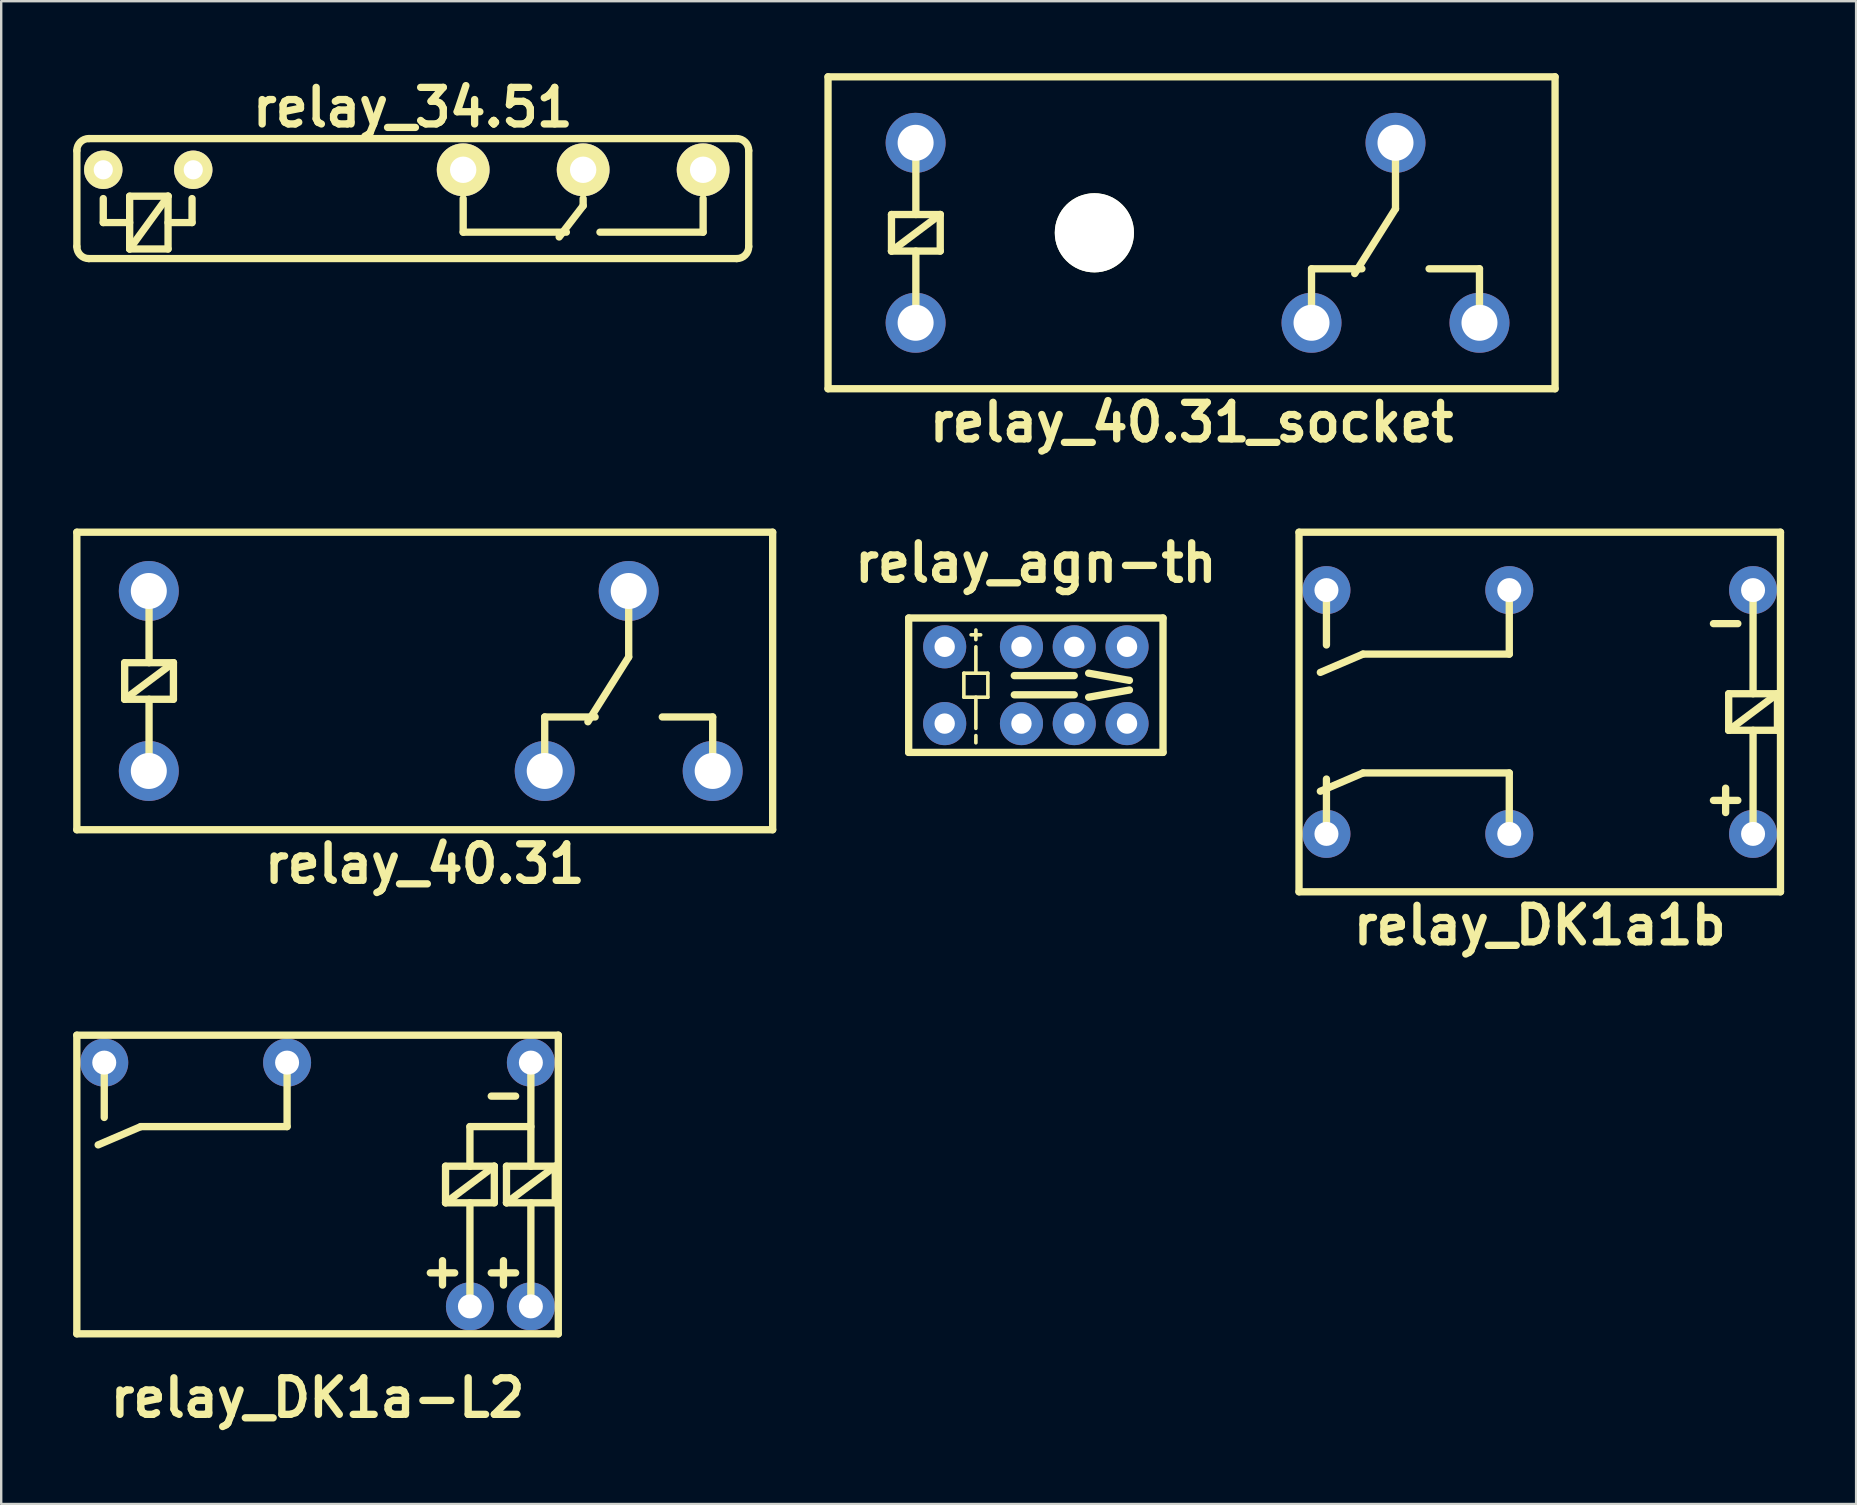
<source format=kicad_pcb>
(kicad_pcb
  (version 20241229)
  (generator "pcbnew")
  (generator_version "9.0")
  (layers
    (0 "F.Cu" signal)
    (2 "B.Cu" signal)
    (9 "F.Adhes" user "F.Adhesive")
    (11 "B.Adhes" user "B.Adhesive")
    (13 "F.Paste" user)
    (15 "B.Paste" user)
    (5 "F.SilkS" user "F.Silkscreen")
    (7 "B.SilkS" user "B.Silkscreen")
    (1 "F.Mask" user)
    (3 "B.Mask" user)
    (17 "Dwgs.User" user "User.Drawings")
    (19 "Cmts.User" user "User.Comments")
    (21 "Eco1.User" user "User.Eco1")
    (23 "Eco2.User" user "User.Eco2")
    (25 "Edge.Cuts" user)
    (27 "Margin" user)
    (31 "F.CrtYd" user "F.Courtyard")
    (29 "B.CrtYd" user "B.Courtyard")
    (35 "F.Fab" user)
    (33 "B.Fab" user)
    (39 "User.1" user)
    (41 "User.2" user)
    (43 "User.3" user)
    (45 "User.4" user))
  (footprint "relay_agn-th"
    (layer "F.Cu")
    (at 39.521 25.507)
    (property "Reference" "relay_agn-th" (at 0.6 -5.101 0) (layer "F.SilkS") (effects (font (size 1.524 1.524) (thickness 0.305))))
    (attr through_hole)
    (fp_line (start -4.702 -2.8) (end 5.9 -2.8) (stroke (width 0.305) (type solid)) (layer "F.SilkS"))
    (fp_line (start -4.7 2.8) (end -4.7 -2.8) (stroke (width 0.305) (type solid)) (layer "F.SilkS"))
    (fp_line (start -2.4 -0.5) (end -1.4 -0.5) (stroke (width 0.15) (type solid)) (layer "F.SilkS"))
    (fp_line (start -2.4 0.5) (end -2.4 -0.5) (stroke (width 0.15) (type solid)) (layer "F.SilkS"))
    (fp_line (start -2.1 -2.1) (end -1.7 -2.1) (stroke (width 0.15) (type solid)) (layer "F.SilkS"))
    (fp_line (start -1.9 -1.9) (end -1.9 -2.3) (stroke (width 0.15) (type solid)) (layer "F.SilkS"))
    (fp_line (start -1.9 -0.5) (end -1.9 -1.6) (stroke (width 0.15) (type solid)) (layer "F.SilkS"))
    (fp_line (start -1.9 0.5) (end -1.9 1.8) (stroke (width 0.15) (type solid)) (layer "F.SilkS"))
    (fp_line (start -1.9 2.1) (end -1.9 2.4) (stroke (width 0.15) (type solid)) (layer "F.SilkS"))
    (fp_line (start -1.4 -0.5) (end -1.4 0.5) (stroke (width 0.15) (type solid)) (layer "F.SilkS"))
    (fp_line (start -1.4 0.5) (end -2.4 0.5) (stroke (width 0.15) (type solid)) (layer "F.SilkS"))
    (fp_line (start -0.299 0.4) (end 2.2 0.4) (stroke (width 0.305) (type solid)) (layer "F.SilkS"))
    (fp_line (start 2.2 -0.4) (end -0.299 -0.4) (stroke (width 0.305) (type solid)) (layer "F.SilkS"))
    (fp_line (start 2.8 -0.5) (end 4.5 -0.2) (stroke (width 0.305) (type solid)) (layer "F.SilkS"))
    (fp_line (start 2.8 0.5) (end 4.5 0.201) (stroke (width 0.305) (type solid)) (layer "F.SilkS"))
    (fp_line (start 5.9 -2.8) (end 5.9 2.8) (stroke (width 0.305) (type solid)) (layer "F.SilkS"))
    (fp_line (start 5.901 2.8) (end -4.701 2.8) (stroke (width 0.305) (type solid)) (layer "F.SilkS"))
    (pad "1" thru_hole circle (at -3.2 -1.6) (size 1.796 1.796) (drill 0.848) (layers "*.Cu" "*.Mask"))
    (pad "2" thru_hole circle (at 0 -1.6) (size 1.796 1.796) (drill 0.848) (layers "*.Cu" "*.Mask"))
    (pad "3" thru_hole circle (at 2.2 -1.6) (size 1.796 1.796) (drill 0.848) (layers "*.Cu" "*.Mask"))
    (pad "4" thru_hole circle (at 4.4 -1.6) (size 1.796 1.796) (drill 0.848) (layers "*.Cu" "*.Mask"))
    (pad "5" thru_hole circle (at 4.4 1.6) (size 1.796 1.796) (drill 0.848) (layers "*.Cu" "*.Mask"))
    (pad "6" thru_hole circle (at 2.2 1.6) (size 1.796 1.796) (drill 0.848) (layers "*.Cu" "*.Mask"))
    (pad "7" thru_hole circle (at 0 1.6) (size 1.796 1.796) (drill 0.848) (layers "*.Cu" "*.Mask"))
    (pad "8" thru_hole circle (at -3.2 1.6) (size 1.798 1.798) (drill 0.848) (layers "*.Cu" "*.Mask")))
  (footprint "relay_34.51"
    (layer "F.Cu")
    (at 14.154 5.226)
    (property "Reference" "relay_34.51" (at 0 -3.8 0) (layer "F.SilkS") (effects (font (size 1.524 1.524) (thickness 0.305))))
    (attr through_hole)
    (fp_line (start -14 -2) (end -14 2) (stroke (width 0.305) (type solid)) (layer "F.SilkS"))
    (fp_line (start -13.5 -2.5) (end 13.5 -2.5) (stroke (width 0.305) (type solid)) (layer "F.SilkS"))
    (fp_line (start -13.5 2.5) (end 13.5 2.5) (stroke (width 0.305) (type solid)) (layer "F.SilkS"))
    (fp_line (start -12.9 0) (end -12.9 1) (stroke (width 0.305) (type solid)) (layer "F.SilkS"))
    (fp_line (start -11.8 -0.1) (end -11.8 2.1) (stroke (width 0.305) (type solid)) (layer "F.SilkS"))
    (fp_line (start -11.8 1) (end -12.9 1) (stroke (width 0.305) (type solid)) (layer "F.SilkS"))
    (fp_line (start -11.8 2.1) (end -10.2 -0.1) (stroke (width 0.305) (type solid)) (layer "F.SilkS"))
    (fp_line (start -11.8 2.1) (end -10.2 2.1) (stroke (width 0.305) (type solid)) (layer "F.SilkS"))
    (fp_line (start -10.2 -0.1) (end -11.8 -0.1) (stroke (width 0.305) (type solid)) (layer "F.SilkS"))
    (fp_line (start -10.2 1) (end -9.2 1) (stroke (width 0.305) (type solid)) (layer "F.SilkS"))
    (fp_line (start -10.2 2.1) (end -10.2 -0.1) (stroke (width 0.305) (type solid)) (layer "F.SilkS"))
    (fp_line (start -9.2 0) (end -9.2 1) (stroke (width 0.305) (type solid)) (layer "F.SilkS"))
    (fp_line (start 2.1 0) (end 2.1 1.4) (stroke (width 0.305) (type solid)) (layer "F.SilkS"))
    (fp_line (start 2.1 1.4) (end 6.4 1.4) (stroke (width 0.305) (type solid)) (layer "F.SilkS"))
    (fp_line (start 7.1 0) (end 7.1 0.3) (stroke (width 0.305) (type solid)) (layer "F.SilkS"))
    (fp_line (start 7.1 0.3) (end 6.1 1.6) (stroke (width 0.305) (type solid)) (layer "F.SilkS"))
    (fp_line (start 7.8 1.4) (end 12.1 1.4) (stroke (width 0.305) (type solid)) (layer "F.SilkS"))
    (fp_line (start 12.1 0) (end 12.1 1.4) (stroke (width 0.305) (type solid)) (layer "F.SilkS"))
    (fp_line (start 14 -2) (end 14 2) (stroke (width 0.305) (type solid)) (layer "F.SilkS"))
    (fp_arc (start -14.0011 -2.00088) (mid -13.854542 -2.354702) (end -13.50072 -2.50126) (stroke (width 0.3048) (type solid)) (layer "F.SilkS"))
    (fp_arc (start -13.50088 2.5011) (mid -13.854702 2.354542) (end -14.00126 2.00072) (stroke (width 0.3048) (type solid)) (layer "F.SilkS"))
    (fp_arc (start 13.50072 -2.50126) (mid 13.854542 -2.354702) (end 14.0011 -2.00088) (stroke (width 0.3048) (type solid)) (layer "F.SilkS"))
    (fp_arc (start 14.0011 2.00088) (mid 13.854542 2.354702) (end 13.50072 2.50126) (stroke (width 0.3048) (type solid)) (layer "F.SilkS"))
    (pad "1" thru_hole circle (at -12.9 -1.2) (size 1.6 1.6) (drill 0.8) (layers "*.Cu" "*.Mask" "F.SilkS"))
    (pad "2" thru_hole circle (at -9.15 -1.2) (size 1.6 1.6) (drill 0.8) (layers "*.Cu" "*.Mask" "F.SilkS"))
    (pad "11" thru_hole circle (at 7.1 -1.2) (size 2.2 2.2) (drill 1.1) (layers "*.Cu" "*.Mask" "F.SilkS"))
    (pad "12" thru_hole circle (at 2.1 -1.2) (size 2.2 2.2) (drill 1.1) (layers "*.Cu" "*.Mask" "F.SilkS"))
    (pad "14" thru_hole circle (at 12.1 -1.2) (size 2.2 2.2) (drill 1.1) (layers "*.Cu" "*.Mask" "F.SilkS")))
  (footprint "relay_DK1a1b"
    (layer "F.Cu")
    (at 61.122 26.624)
    (property "Reference" "relay_DK1a1b" (at 0 8.89 0) (layer "F.SilkS") (effects (font (size 1.524 1.524) (thickness 0.305))))
    (attr through_hole)
    (fp_line (start -10.033 -7.493) (end -10.033 7.493) (stroke (width 0.305) (type solid)) (layer "F.SilkS"))
    (fp_line (start -10.033 7.493) (end 10.033 7.493) (stroke (width 0.305) (type solid)) (layer "F.SilkS"))
    (fp_line (start -8.89 -5.08) (end -8.89 -2.794) (stroke (width 0.305) (type solid)) (layer "F.SilkS"))
    (fp_line (start -8.89 2.794) (end -8.89 5.08) (stroke (width 0.305) (type solid)) (layer "F.SilkS"))
    (fp_line (start -7.366 -2.413) (end -9.144 -1.651) (stroke (width 0.305) (type solid)) (layer "F.SilkS"))
    (fp_line (start -7.366 2.54) (end -9.144 3.302) (stroke (width 0.305) (type solid)) (layer "F.SilkS"))
    (fp_line (start -1.27 -4.953) (end -1.27 -2.413) (stroke (width 0.305) (type solid)) (layer "F.SilkS"))
    (fp_line (start -1.27 -2.413) (end -7.366 -2.413) (stroke (width 0.305) (type solid)) (layer "F.SilkS"))
    (fp_line (start -1.27 2.54) (end -7.366 2.54) (stroke (width 0.305) (type solid)) (layer "F.SilkS"))
    (fp_line (start -1.27 2.54) (end -1.27 5.08) (stroke (width 0.305) (type solid)) (layer "F.SilkS"))
    (fp_line (start 7.239 -3.683) (end 8.255 -3.683) (stroke (width 0.305) (type solid)) (layer "F.SilkS"))
    (fp_line (start 7.239 3.683) (end 8.255 3.683) (stroke (width 0.305) (type solid)) (layer "F.SilkS"))
    (fp_line (start 7.747 3.175) (end 7.747 4.191) (stroke (width 0.305) (type solid)) (layer "F.SilkS"))
    (fp_line (start 7.874 -0.762) (end 9.906 -0.762) (stroke (width 0.305) (type solid)) (layer "F.SilkS"))
    (fp_line (start 7.874 0.762) (end 7.874 -0.762) (stroke (width 0.305) (type solid)) (layer "F.SilkS"))
    (fp_line (start 8.89 -0.762) (end 8.89 -5.08) (stroke (width 0.305) (type solid)) (layer "F.SilkS"))
    (fp_line (start 8.89 5.08) (end 8.89 0.762) (stroke (width 0.305) (type solid)) (layer "F.SilkS"))
    (fp_line (start 9.906 -0.762) (end 7.874 0.762) (stroke (width 0.305) (type solid)) (layer "F.SilkS"))
    (fp_line (start 9.906 -0.762) (end 9.906 0.762) (stroke (width 0.305) (type solid)) (layer "F.SilkS"))
    (fp_line (start 9.906 0.762) (end 7.874 0.762) (stroke (width 0.305) (type solid)) (layer "F.SilkS"))
    (fp_line (start 10.033 -7.493) (end -10.033 -7.493) (stroke (width 0.305) (type solid)) (layer "F.SilkS"))
    (fp_line (start 10.033 7.493) (end 10.033 -7.493) (stroke (width 0.305) (type solid)) (layer "F.SilkS"))
    (pad "1" thru_hole circle (at 8.89 -5.08 180) (size 2 2) (drill 1) (layers "*.Cu" "*.Mask"))
    (pad "3" thru_hole circle (at -1.27 -5.08 180) (size 2 2) (drill 1) (layers "*.Cu" "*.Mask"))
    (pad "4" thru_hole circle (at -8.89 -5.08 180) (size 2 2) (drill 1) (layers "*.Cu" "*.Mask"))
    (pad "5" thru_hole circle (at -8.89 5.08 180) (size 2 2) (drill 1) (layers "*.Cu" "*.Mask"))
    (pad "6" thru_hole circle (at -1.27 5.08 180) (size 2 2) (drill 1) (layers "*.Cu" "*.Mask"))
    (pad "8" thru_hole circle (at 8.89 5.08 180) (size 2 2) (drill 1) (layers "*.Cu" "*.Mask")))
  (footprint "relay_40.31"
    (layer "F.Cu")
    (at 14.652 25.331)
    (property "Reference" "relay_40.31" (at 0 7.62 0) (layer "F.SilkS") (effects (font (size 1.524 1.524) (thickness 0.305))))
    (attr through_hole)
    (fp_line (start -14.5 -6.2) (end -14.5 6.2) (stroke (width 0.305) (type solid)) (layer "F.SilkS"))
    (fp_line (start -14.5 -6.2) (end 14.5 -6.2) (stroke (width 0.305) (type solid)) (layer "F.SilkS"))
    (fp_line (start -14.5 6.2) (end 14.5 6.2) (stroke (width 0.305) (type solid)) (layer "F.SilkS"))
    (fp_line (start -12.506 -0.762) (end -10.474 -0.762) (stroke (width 0.305) (type solid)) (layer "F.SilkS"))
    (fp_line (start -12.506 0.762) (end -12.506 -0.762) (stroke (width 0.305) (type solid)) (layer "F.SilkS"))
    (fp_line (start -12.506 0.762) (end -10.474 -0.762) (stroke (width 0.305) (type solid)) (layer "F.SilkS"))
    (fp_line (start -11.49 -3.81) (end -11.49 -0.762) (stroke (width 0.305) (type solid)) (layer "F.SilkS"))
    (fp_line (start -11.49 3.81) (end -11.49 0.762) (stroke (width 0.305) (type solid)) (layer "F.SilkS"))
    (fp_line (start -10.474 -0.762) (end -10.474 0.762) (stroke (width 0.305) (type solid)) (layer "F.SilkS"))
    (fp_line (start -10.474 0.762) (end -12.506 0.762) (stroke (width 0.305) (type solid)) (layer "F.SilkS"))
    (fp_line (start 5 1.5) (end 7.1 1.5) (stroke (width 0.305) (type solid)) (layer "F.SilkS"))
    (fp_line (start 5 3.7) (end 5 1.5) (stroke (width 0.305) (type solid)) (layer "F.SilkS"))
    (fp_line (start 8.5 -1) (end 6.8 1.7) (stroke (width 0.305) (type solid)) (layer "F.SilkS"))
    (fp_line (start 8.5 -1) (end 8.5 -3.8) (stroke (width 0.305) (type solid)) (layer "F.SilkS"))
    (fp_line (start 12 1.5) (end 9.9 1.5) (stroke (width 0.305) (type solid)) (layer "F.SilkS"))
    (fp_line (start 12 3.7) (end 12 1.5) (stroke (width 0.305) (type solid)) (layer "F.SilkS"))
    (fp_line (start 14.5 -6.2) (end 14.5 6.2) (stroke (width 0.305) (type solid)) (layer "F.SilkS"))
    (pad "1" thru_hole circle (at -11.5 3.75) (size 2.5 2.5) (drill 1.5) (layers "*.Cu" "*.Mask"))
    (pad "2" thru_hole circle (at -11.5 -3.75) (size 2.5 2.5) (drill 1.5) (layers "*.Cu" "*.Mask"))
    (pad "11" thru_hole circle (at 8.5 -3.75) (size 2.5 2.5) (drill 1.5) (layers "*.Cu" "*.Mask"))
    (pad "12" thru_hole circle (at 5 3.75) (size 2.5 2.5) (drill 1.5) (layers "*.Cu" "*.Mask"))
    (pad "14" thru_hole circle (at 12 3.75) (size 2.5 2.5) (drill 1.5) (layers "*.Cu" "*.Mask")))
  (footprint "relay_DK1a-L2"
    (layer "F.Cu")
    (at 10.185 46.316)
    (property "Reference" "relay_DK1a-L2" (at 0 8.89 0) (layer "F.SilkS") (effects (font (size 1.524 1.524) (thickness 0.305))))
    (attr through_hole)
    (fp_line (start -10.033 6.223) (end -10.033 -6.223) (stroke (width 0.305) (type solid)) (layer "F.SilkS"))
    (fp_line (start -10.033 6.223) (end 10.033 6.223) (stroke (width 0.305) (type solid)) (layer "F.SilkS"))
    (fp_line (start -8.89 -5.08) (end -8.89 -2.794) (stroke (width 0.305) (type solid)) (layer "F.SilkS"))
    (fp_line (start -7.366 -2.413) (end -9.144 -1.651) (stroke (width 0.305) (type solid)) (layer "F.SilkS"))
    (fp_line (start -1.27 -4.953) (end -1.27 -2.413) (stroke (width 0.305) (type solid)) (layer "F.SilkS"))
    (fp_line (start -1.27 -2.413) (end -7.366 -2.413) (stroke (width 0.305) (type solid)) (layer "F.SilkS"))
    (fp_line (start 4.699 3.683) (end 5.715 3.683) (stroke (width 0.305) (type solid)) (layer "F.SilkS"))
    (fp_line (start 5.207 3.175) (end 5.207 4.191) (stroke (width 0.305) (type solid)) (layer "F.SilkS"))
    (fp_line (start 5.334 -0.762) (end 7.366 -0.762) (stroke (width 0.305) (type solid)) (layer "F.SilkS"))
    (fp_line (start 5.334 0.762) (end 5.334 -0.762) (stroke (width 0.305) (type solid)) (layer "F.SilkS"))
    (fp_line (start 6.35 -2.413) (end 8.89 -2.413) (stroke (width 0.305) (type solid)) (layer "F.SilkS"))
    (fp_line (start 6.35 -0.762) (end 6.35 -2.413) (stroke (width 0.305) (type solid)) (layer "F.SilkS"))
    (fp_line (start 6.35 5.08) (end 6.35 0.762) (stroke (width 0.305) (type solid)) (layer "F.SilkS"))
    (fp_line (start 7.239 -3.683) (end 8.255 -3.683) (stroke (width 0.305) (type solid)) (layer "F.SilkS"))
    (fp_line (start 7.239 3.683) (end 8.255 3.683) (stroke (width 0.305) (type solid)) (layer "F.SilkS"))
    (fp_line (start 7.366 -0.762) (end 5.334 0.762) (stroke (width 0.305) (type solid)) (layer "F.SilkS"))
    (fp_line (start 7.366 -0.762) (end 7.366 0.762) (stroke (width 0.305) (type solid)) (layer "F.SilkS"))
    (fp_line (start 7.366 0.762) (end 5.334 0.762) (stroke (width 0.305) (type solid)) (layer "F.SilkS"))
    (fp_line (start 7.747 3.175) (end 7.747 4.191) (stroke (width 0.305) (type solid)) (layer "F.SilkS"))
    (fp_line (start 7.874 -0.762) (end 9.906 -0.762) (stroke (width 0.305) (type solid)) (layer "F.SilkS"))
    (fp_line (start 7.874 0.762) (end 7.874 -0.762) (stroke (width 0.305) (type solid)) (layer "F.SilkS"))
    (fp_line (start 8.89 -0.762) (end 8.89 -5.08) (stroke (width 0.305) (type solid)) (layer "F.SilkS"))
    (fp_line (start 8.89 5.08) (end 8.89 0.762) (stroke (width 0.305) (type solid)) (layer "F.SilkS"))
    (fp_line (start 9.906 -0.762) (end 7.874 0.762) (stroke (width 0.305) (type solid)) (layer "F.SilkS"))
    (fp_line (start 9.906 -0.762) (end 9.906 0.762) (stroke (width 0.305) (type solid)) (layer "F.SilkS"))
    (fp_line (start 9.906 0.762) (end 7.874 0.762) (stroke (width 0.305) (type solid)) (layer "F.SilkS"))
    (fp_line (start 10.033 -6.223) (end -10.033 -6.223) (stroke (width 0.305) (type solid)) (layer "F.SilkS"))
    (fp_line (start 10.033 -6.223) (end 10.033 6.223) (stroke (width 0.305) (type solid)) (layer "F.SilkS"))
    (pad "1" thru_hole circle (at 8.89 -5.08 180) (size 2 2) (drill 1) (layers "*.Cu" "*.Mask"))
    (pad "3" thru_hole circle (at -1.27 -5.08 180) (size 2 2) (drill 1) (layers "*.Cu" "*.Mask"))
    (pad "4" thru_hole circle (at -8.89 -5.08 180) (size 2 2) (drill 1) (layers "*.Cu" "*.Mask"))
    (pad "5" thru_hole circle (at 6.35 5.08 180) (size 2 2) (drill 1) (layers "*.Cu" "*.Mask"))
    (pad "6" thru_hole circle (at 8.89 5.08 180) (size 2 2) (drill 1) (layers "*.Cu" "*.Mask")))
  (footprint "relay_40.31_socket"
    (layer "F.Cu")
    (at 46.61 6.652)
    (property "Reference" "relay_40.31_socket" (at 0 7.9 0) (layer "F.SilkS") (effects (font (size 1.524 1.524) (thickness 0.305))))
    (attr through_hole)
    (fp_line (start -15.15 -6.5) (end -15.15 6.5) (stroke (width 0.305) (type solid)) (layer "F.SilkS"))
    (fp_line (start -15.15 -6.5) (end 15.15 -6.5) (stroke (width 0.305) (type solid)) (layer "F.SilkS"))
    (fp_line (start -15.15 6.5) (end 15.15 6.5) (stroke (width 0.305) (type solid)) (layer "F.SilkS"))
    (fp_line (start -12.506 -0.762) (end -10.474 -0.762) (stroke (width 0.305) (type solid)) (layer "F.SilkS"))
    (fp_line (start -12.506 0.762) (end -12.506 -0.762) (stroke (width 0.305) (type solid)) (layer "F.SilkS"))
    (fp_line (start -12.506 0.762) (end -10.474 -0.762) (stroke (width 0.305) (type solid)) (layer "F.SilkS"))
    (fp_line (start -11.49 -3.81) (end -11.49 -0.762) (stroke (width 0.305) (type solid)) (layer "F.SilkS"))
    (fp_line (start -11.49 3.81) (end -11.49 0.762) (stroke (width 0.305) (type solid)) (layer "F.SilkS"))
    (fp_line (start -10.474 -0.762) (end -10.474 0.762) (stroke (width 0.305) (type solid)) (layer "F.SilkS"))
    (fp_line (start -10.474 0.762) (end -12.506 0.762) (stroke (width 0.305) (type solid)) (layer "F.SilkS"))
    (fp_line (start 5 1.5) (end 7.1 1.5) (stroke (width 0.305) (type solid)) (layer "F.SilkS"))
    (fp_line (start 5 3.7) (end 5 1.5) (stroke (width 0.305) (type solid)) (layer "F.SilkS"))
    (fp_line (start 8.5 -1) (end 6.8 1.7) (stroke (width 0.305) (type solid)) (layer "F.SilkS"))
    (fp_line (start 8.5 -1) (end 8.5 -3.8) (stroke (width 0.305) (type solid)) (layer "F.SilkS"))
    (fp_line (start 12 1.5) (end 9.9 1.5) (stroke (width 0.305) (type solid)) (layer "F.SilkS"))
    (fp_line (start 12 3.7) (end 12 1.5) (stroke (width 0.305) (type solid)) (layer "F.SilkS"))
    (fp_line (start 15.15 -6.5) (end 15.15 6.5) (stroke (width 0.305) (type solid)) (layer "F.SilkS"))
    (pad "" np_thru_hole circle (at -4.05 0) (size 3.3 3.3) (drill 3.3) (layers "*.Cu" "F.SilkS"))
    (pad "1" thru_hole circle (at -11.5 3.75) (size 2.5 2.5) (drill 1.5) (layers "*.Cu" "*.Mask"))
    (pad "2" thru_hole circle (at -11.5 -3.75) (size 2.5 2.5) (drill 1.5) (layers "*.Cu" "*.Mask"))
    (pad "11" thru_hole circle (at 8.5 -3.75) (size 2.5 2.5) (drill 1.5) (layers "*.Cu" "*.Mask"))
    (pad "12" thru_hole circle (at 5 3.75) (size 2.5 2.5) (drill 1.5) (layers "*.Cu" "*.Mask"))
    (pad "14" thru_hole circle (at 12 3.75) (size 2.5 2.5) (drill 1.5) (layers "*.Cu" "*.Mask")))
  (gr_rect
    (start -3 -3)
    (end 74.307 59.633)
    (stroke (width 0.1) (type default))
    (fill no)
    (layer "Edge.Cuts")))
</source>
